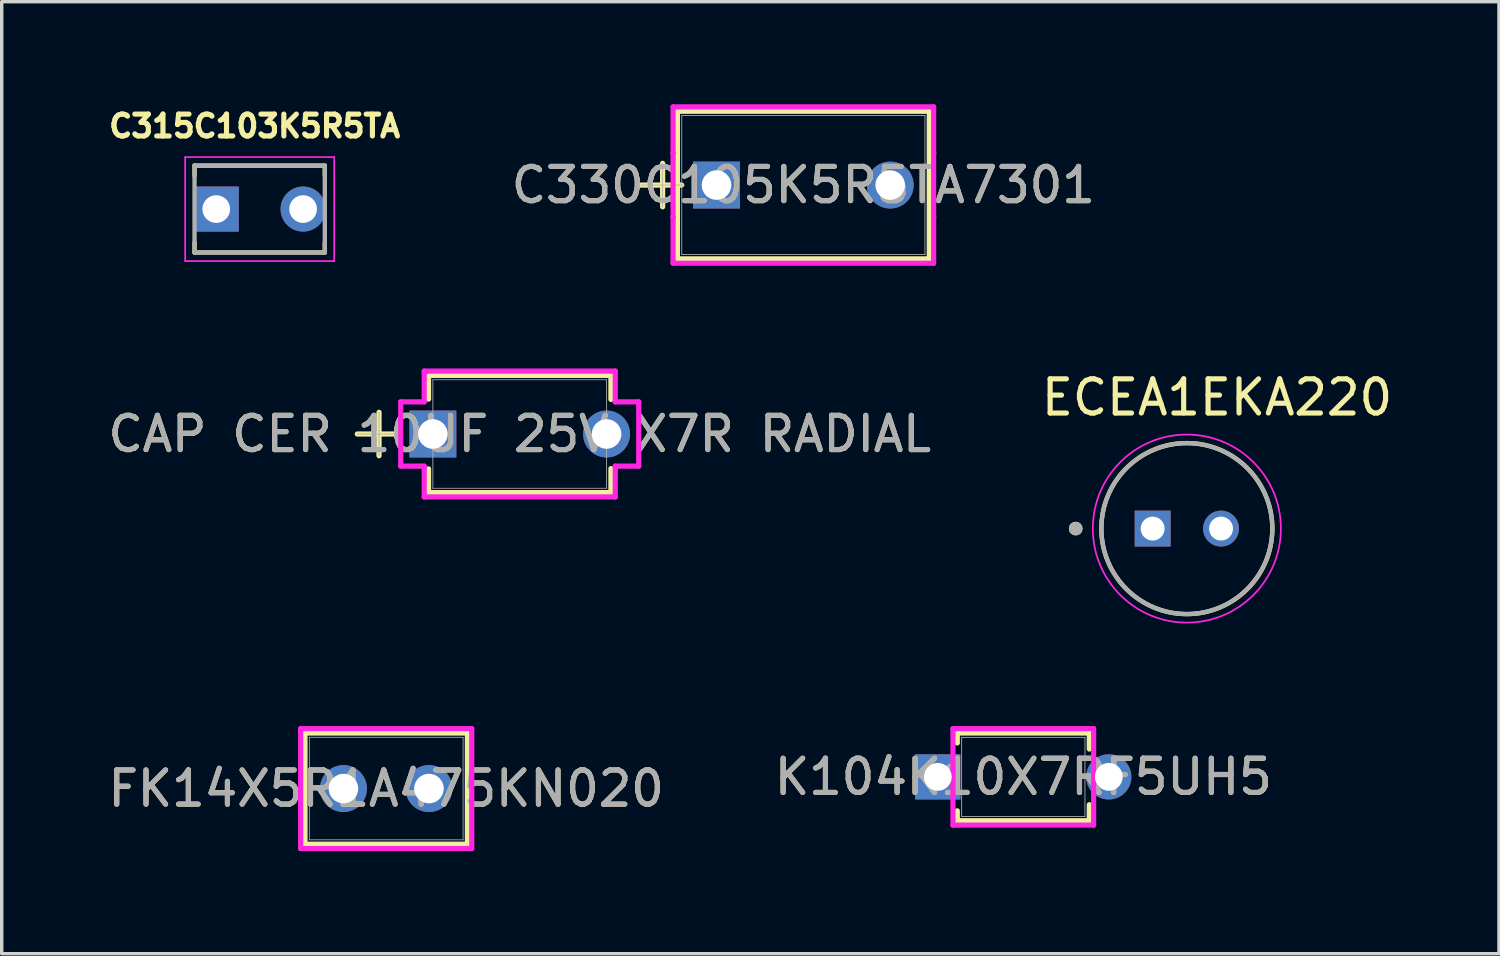
<source format=kicad_pcb>
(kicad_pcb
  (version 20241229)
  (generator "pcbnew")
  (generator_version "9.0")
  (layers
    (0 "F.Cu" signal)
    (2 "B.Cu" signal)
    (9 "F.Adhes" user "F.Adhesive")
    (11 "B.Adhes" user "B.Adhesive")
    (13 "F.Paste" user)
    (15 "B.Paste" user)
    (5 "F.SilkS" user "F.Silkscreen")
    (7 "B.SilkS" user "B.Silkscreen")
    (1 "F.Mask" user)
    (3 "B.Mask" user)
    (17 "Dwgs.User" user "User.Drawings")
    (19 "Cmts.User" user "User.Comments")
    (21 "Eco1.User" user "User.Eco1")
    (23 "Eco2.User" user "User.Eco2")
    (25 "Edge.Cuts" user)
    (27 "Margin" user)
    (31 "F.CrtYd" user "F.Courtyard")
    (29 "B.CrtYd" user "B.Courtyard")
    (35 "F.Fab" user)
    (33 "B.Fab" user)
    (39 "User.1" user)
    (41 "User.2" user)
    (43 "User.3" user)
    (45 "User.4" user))
  (footprint "CAP CER 10UF 25V X7R RADIAL"
    (layer "F.Cu")
    (at 9.609 9.642)
    (property "Reference" "CAP CER 10UF 25V X7R RADIAL" (at 2.54 0 0) (unlocked yes) (layer "F.SilkS") (effects (font (size 1 1) (thickness 0.15))))
    (attr through_hole)
    (fp_line (start -2.21 0) (end -1.019 0) (stroke (width 0.152) (type solid)) (layer "F.SilkS"))
    (fp_line (start -1.575 -0.635) (end -1.575 0.635) (stroke (width 0.152) (type solid)) (layer "F.SilkS"))
    (fp_line (start -0.127 -1.714) (end -0.127 -1.019) (stroke (width 0.152) (type solid)) (layer "F.SilkS"))
    (fp_line (start -0.127 1.019) (end -0.127 1.714) (stroke (width 0.152) (type solid)) (layer "F.SilkS"))
    (fp_line (start -0.127 1.714) (end 5.207 1.714) (stroke (width 0.152) (type solid)) (layer "F.SilkS"))
    (fp_line (start 5.207 -1.714) (end -0.127 -1.714) (stroke (width 0.152) (type solid)) (layer "F.SilkS"))
    (fp_line (start 5.207 -1.011) (end 5.207 -1.714) (stroke (width 0.152) (type solid)) (layer "F.SilkS"))
    (fp_line (start 5.207 1.714) (end 5.207 1.011) (stroke (width 0.152) (type solid)) (layer "F.SilkS"))
    (fp_line (start -0.94 -0.94) (end -0.254 -0.94) (stroke (width 0.152) (type solid)) (layer "F.CrtYd"))
    (fp_line (start -0.94 0.94) (end -0.94 -0.94) (stroke (width 0.152) (type solid)) (layer "F.CrtYd"))
    (fp_line (start -0.254 -1.841) (end 5.334 -1.841) (stroke (width 0.152) (type solid)) (layer "F.CrtYd"))
    (fp_line (start -0.254 -0.94) (end -0.254 -1.841) (stroke (width 0.152) (type solid)) (layer "F.CrtYd"))
    (fp_line (start -0.254 0.94) (end -0.94 0.94) (stroke (width 0.152) (type solid)) (layer "F.CrtYd"))
    (fp_line (start -0.254 1.841) (end -0.254 0.94) (stroke (width 0.152) (type solid)) (layer "F.CrtYd"))
    (fp_line (start 5.334 -1.841) (end 5.334 -0.94) (stroke (width 0.152) (type solid)) (layer "F.CrtYd"))
    (fp_line (start 5.334 -0.94) (end 6.02 -0.94) (stroke (width 0.152) (type solid)) (layer "F.CrtYd"))
    (fp_line (start 5.334 0.94) (end 5.334 1.841) (stroke (width 0.152) (type solid)) (layer "F.CrtYd"))
    (fp_line (start 5.334 1.841) (end -0.254 1.841) (stroke (width 0.152) (type solid)) (layer "F.CrtYd"))
    (fp_line (start 6.02 -0.94) (end 6.02 0.94) (stroke (width 0.152) (type solid)) (layer "F.CrtYd"))
    (fp_line (start 6.02 0.94) (end 5.334 0.94) (stroke (width 0.152) (type solid)) (layer "F.CrtYd"))
    (fp_line (start -2.21 0) (end -0.94 0) (stroke (width 0.025) (type solid)) (layer "F.Fab"))
    (fp_line (start -1.575 -0.635) (end -1.575 0.635) (stroke (width 0.025) (type solid)) (layer "F.Fab"))
    (fp_line (start 0 -1.587) (end 0 1.587) (stroke (width 0.025) (type solid)) (layer "F.Fab"))
    (fp_line (start 0 1.587) (end 5.08 1.587) (stroke (width 0.025) (type solid)) (layer "F.Fab"))
    (fp_line (start 5.08 -1.587) (end 0 -1.587) (stroke (width 0.025) (type solid)) (layer "F.Fab"))
    (fp_line (start 5.08 1.587) (end 5.08 -1.587) (stroke (width 0.025) (type solid)) (layer "F.Fab"))
    (fp_text user "${REFERENCE}" (at 2.54 0 0) (unlocked yes) (layer "F.Fab") (effects (font (size 1 1) (thickness 0.15))))
    (pad "1" thru_hole rect (at 0 0) (size 1.372 1.372) (drill 0.864) (layers "*.Cu" "*.Mask"))
    (pad "2" thru_hole circle (at 5.08 0) (size 1.372 1.372) (drill 0.864) (layers "*.Cu" "*.Mask")))
  (footprint "FK14X5R1A475KN020"
    (layer "F.Cu")
    (at 6.994 20.011)
    (property "Reference" "FK14X5R1A475KN020" (at 1.25 0 0) (unlocked yes) (layer "F.SilkS") (effects (font (size 1 1) (thickness 0.15))))
    (attr through_hole)
    (fp_line (start -1.125 -1.626) (end -1.125 1.626) (stroke (width 0.152) (type solid)) (layer "F.SilkS"))
    (fp_line (start 3.625 -1.626) (end -1.125 -1.626) (stroke (width 0.152) (type solid)) (layer "F.SilkS"))
    (fp_line (start 3.625 -1.626) (end 3.625 1.626) (stroke (width 0.152) (type solid)) (layer "F.SilkS"))
    (fp_line (start 3.625 1.626) (end -1.125 1.626) (stroke (width 0.152) (type solid)) (layer "F.SilkS"))
    (fp_line (start -1.252 -1.753) (end 3.752 -1.753) (stroke (width 0.152) (type solid)) (layer "F.CrtYd"))
    (fp_line (start -1.252 1.753) (end -1.252 -1.753) (stroke (width 0.152) (type solid)) (layer "F.CrtYd"))
    (fp_line (start 3.752 -1.753) (end 3.752 1.753) (stroke (width 0.152) (type solid)) (layer "F.CrtYd"))
    (fp_line (start 3.752 1.753) (end -1.252 1.753) (stroke (width 0.152) (type solid)) (layer "F.CrtYd"))
    (fp_line (start -0.998 -1.499) (end -0.998 1.499) (stroke (width 0.025) (type solid)) (layer "F.Fab"))
    (fp_line (start 3.498 -1.499) (end -0.998 -1.499) (stroke (width 0.025) (type solid)) (layer "F.Fab"))
    (fp_line (start 3.498 -1.499) (end 3.498 1.499) (stroke (width 0.025) (type solid)) (layer "F.Fab"))
    (fp_line (start 3.498 1.499) (end -0.998 1.499) (stroke (width 0.025) (type solid)) (layer "F.Fab"))
    (fp_circle (center -0.49 0) (end -0.49 0) (stroke (width 0.025) (type solid)) (fill no) (layer "F.Fab"))
    (fp_text user "${REFERENCE}" (at 1.25 0 0) (unlocked yes) (layer "F.Fab") (effects (font (size 1 1) (thickness 0.15))))
    (pad "1" thru_hole circle (at 0 0) (size 1.372 1.372) (drill 0.864) (layers "*.Cu" "*.Mask"))
    (pad "2" thru_hole circle (at 2.5 0) (size 1.372 1.372) (drill 0.864) (layers "*.Cu" "*.Mask")))
  (footprint "C315C103K5R5TA"
    (layer "F.Cu")
    (at 4.544 3.064)
    (property "Reference" "C315C103K5R5TA" (at -0.147 -2.426 0) (layer "F.SilkS") (effects (font (size 0.64 0.64) (thickness 0.15))))
    (attr through_hole)
    (fp_line (start -1.905 -1.27) (end -1.905 -0.979) (stroke (width 0.127) (type solid)) (layer "F.SilkS"))
    (fp_line (start -1.905 1.27) (end -1.905 0.979) (stroke (width 0.127) (type solid)) (layer "F.SilkS"))
    (fp_line (start -1.905 1.27) (end 1.905 1.27) (stroke (width 0.127) (type solid)) (layer "F.SilkS"))
    (fp_line (start 1.905 -1.27) (end -1.905 -1.27) (stroke (width 0.127) (type solid)) (layer "F.SilkS"))
    (fp_line (start 1.905 -0.979) (end 1.905 -1.27) (stroke (width 0.127) (type solid)) (layer "F.SilkS"))
    (fp_line (start 1.905 1.27) (end 1.905 0.979) (stroke (width 0.127) (type solid)) (layer "F.SilkS"))
    (fp_line (start -2.179 -1.52) (end -2.179 1.52) (stroke (width 0.05) (type solid)) (layer "F.CrtYd"))
    (fp_line (start -2.179 1.52) (end 2.179 1.52) (stroke (width 0.05) (type solid)) (layer "F.CrtYd"))
    (fp_line (start 2.179 -1.52) (end -2.179 -1.52) (stroke (width 0.05) (type solid)) (layer "F.CrtYd"))
    (fp_line (start 2.179 1.52) (end 2.179 -1.52) (stroke (width 0.05) (type solid)) (layer "F.CrtYd"))
    (fp_line (start -1.905 -1.27) (end -1.905 1.27) (stroke (width 0.127) (type solid)) (layer "F.Fab"))
    (fp_line (start -1.905 1.27) (end 1.905 1.27) (stroke (width 0.127) (type solid)) (layer "F.Fab"))
    (fp_line (start 1.905 -1.27) (end -1.905 -1.27) (stroke (width 0.127) (type solid)) (layer "F.Fab"))
    (fp_line (start 1.905 1.27) (end 1.905 -1.27) (stroke (width 0.127) (type solid)) (layer "F.Fab"))
    (pad "1" thru_hole rect (at -1.27 0) (size 1.318 1.318) (drill 0.81) (layers "*.Cu" "*.Mask"))
    (pad "2" thru_hole circle (at 1.27 0) (size 1.318 1.318) (drill 0.81) (layers "*.Cu" "*.Mask")))
  (footprint "K104K10X7RF5UH5"
    (layer "F.Cu")
    (at 24.375 19.669)
    (property "Reference" "K104K10X7RF5UH5" (at 2.5 0 0) (unlocked yes) (layer "F.SilkS") (effects (font (size 1 1) (thickness 0.15))))
    (attr through_hole)
    (fp_line (start 0.57 -1.283) (end 0.57 -0.993) (stroke (width 0.152) (type solid)) (layer "F.SilkS"))
    (fp_line (start 0.57 0.993) (end 0.57 1.283) (stroke (width 0.152) (type solid)) (layer "F.SilkS"))
    (fp_line (start 4.43 -1.283) (end 0.57 -1.283) (stroke (width 0.152) (type solid)) (layer "F.SilkS"))
    (fp_line (start 4.43 -1.283) (end 4.43 -0.814) (stroke (width 0.152) (type solid)) (layer "F.SilkS"))
    (fp_line (start 4.43 0.814) (end 4.43 1.283) (stroke (width 0.152) (type solid)) (layer "F.SilkS"))
    (fp_line (start 4.43 1.283) (end 0.57 1.283) (stroke (width 0.152) (type solid)) (layer "F.SilkS"))
    (fp_line (start 0.443 -1.41) (end 4.557 -1.41) (stroke (width 0.152) (type solid)) (layer "F.CrtYd"))
    (fp_line (start 0.443 1.41) (end 0.443 -1.41) (stroke (width 0.152) (type solid)) (layer "F.CrtYd"))
    (fp_line (start 4.557 -1.41) (end 4.557 1.41) (stroke (width 0.152) (type solid)) (layer "F.CrtYd"))
    (fp_line (start 4.557 1.41) (end 0.443 1.41) (stroke (width 0.152) (type solid)) (layer "F.CrtYd"))
    (fp_line (start 0.697 -1.156) (end 0.697 1.156) (stroke (width 0.025) (type solid)) (layer "F.Fab"))
    (fp_line (start 4.303 -1.156) (end 0.697 -1.156) (stroke (width 0.025) (type solid)) (layer "F.Fab"))
    (fp_line (start 4.303 -1.156) (end 4.303 1.156) (stroke (width 0.025) (type solid)) (layer "F.Fab"))
    (fp_line (start 4.303 1.156) (end 0.697 1.156) (stroke (width 0.025) (type solid)) (layer "F.Fab"))
    (fp_circle (center 1.205 0) (end 1.205 0) (stroke (width 0.025) (type solid)) (fill no) (layer "F.Fab"))
    (fp_text user "${REFERENCE}" (at 2.5 0 0) (unlocked yes) (layer "F.Fab") (effects (font (size 1 1) (thickness 0.15))))
    (pad "1" thru_hole rect (at 0 0) (size 1.321 1.321) (drill 0.813) (layers "*.Cu" "*.Mask"))
    (pad "2" thru_hole circle (at 5 0) (size 1.321 1.321) (drill 0.813) (layers "*.Cu" "*.Mask")))
  (footprint "C330C105K5R5TA7301"
    (layer "F.Cu")
    (at 17.903 2.362)
    (property "Reference" "C330C105K5R5TA7301" (at 2.54 0 0) (unlocked yes) (layer "F.SilkS") (effects (font (size 1 1) (thickness 0.15))))
    (attr through_hole)
    (fp_line (start -2.21 0) (end -1.019 0) (stroke (width 0.152) (type solid)) (layer "F.SilkS"))
    (fp_line (start -1.575 -0.635) (end -1.575 0.635) (stroke (width 0.152) (type solid)) (layer "F.SilkS"))
    (fp_line (start -1.143 -2.159) (end -1.143 2.159) (stroke (width 0.152) (type solid)) (layer "F.SilkS"))
    (fp_line (start -1.143 2.159) (end 6.223 2.159) (stroke (width 0.152) (type solid)) (layer "F.SilkS"))
    (fp_line (start 6.223 -2.159) (end -1.143 -2.159) (stroke (width 0.152) (type solid)) (layer "F.SilkS"))
    (fp_line (start 6.223 2.159) (end 6.223 -2.159) (stroke (width 0.152) (type solid)) (layer "F.SilkS"))
    (fp_line (start -1.27 -2.286) (end 6.35 -2.286) (stroke (width 0.152) (type solid)) (layer "F.CrtYd"))
    (fp_line (start -1.27 -0.94) (end -1.27 -2.286) (stroke (width 0.152) (type solid)) (layer "F.CrtYd"))
    (fp_line (start -1.27 -0.94) (end -1.27 -0.94) (stroke (width 0.152) (type solid)) (layer "F.CrtYd"))
    (fp_line (start -1.27 0.94) (end -1.27 -0.94) (stroke (width 0.152) (type solid)) (layer "F.CrtYd"))
    (fp_line (start -1.27 0.94) (end -1.27 0.94) (stroke (width 0.152) (type solid)) (layer "F.CrtYd"))
    (fp_line (start -1.27 2.286) (end -1.27 0.94) (stroke (width 0.152) (type solid)) (layer "F.CrtYd"))
    (fp_line (start 6.35 -2.286) (end 6.35 -0.94) (stroke (width 0.152) (type solid)) (layer "F.CrtYd"))
    (fp_line (start 6.35 -0.94) (end 6.35 -0.94) (stroke (width 0.152) (type solid)) (layer "F.CrtYd"))
    (fp_line (start 6.35 -0.94) (end 6.35 0.94) (stroke (width 0.152) (type solid)) (layer "F.CrtYd"))
    (fp_line (start 6.35 0.94) (end 6.35 0.94) (stroke (width 0.152) (type solid)) (layer "F.CrtYd"))
    (fp_line (start 6.35 0.94) (end 6.35 2.286) (stroke (width 0.152) (type solid)) (layer "F.CrtYd"))
    (fp_line (start 6.35 2.286) (end -1.27 2.286) (stroke (width 0.152) (type solid)) (layer "F.CrtYd"))
    (fp_line (start -2.21 0) (end -0.94 0) (stroke (width 0.025) (type solid)) (layer "F.Fab"))
    (fp_line (start -1.575 -0.635) (end -1.575 0.635) (stroke (width 0.025) (type solid)) (layer "F.Fab"))
    (fp_line (start -1.016 -2.032) (end -1.016 2.032) (stroke (width 0.025) (type solid)) (layer "F.Fab"))
    (fp_line (start -1.016 2.032) (end 6.096 2.032) (stroke (width 0.025) (type solid)) (layer "F.Fab"))
    (fp_line (start 6.096 -2.032) (end -1.016 -2.032) (stroke (width 0.025) (type solid)) (layer "F.Fab"))
    (fp_line (start 6.096 2.032) (end 6.096 -2.032) (stroke (width 0.025) (type solid)) (layer "F.Fab"))
    (fp_text user "${REFERENCE}" (at 2.54 0 0) (unlocked yes) (layer "F.Fab") (effects (font (size 1 1) (thickness 0.15))))
    (pad "1" thru_hole rect (at 0 0) (size 1.372 1.372) (drill 0.864) (layers "*.Cu" "*.Mask"))
    (pad "2" thru_hole circle (at 5.08 0) (size 1.372 1.372) (drill 0.864) (layers "*.Cu" "*.Mask")))
  (footprint "ECEA1EKA220"
    (layer "F.Cu")
    (at 31.658 12.408)
    (property "Reference" "ECEA1EKA220" (at 0.883 -3.835 0) (layer "F.SilkS") (effects (font (size 1 1) (thickness 0.15))))
    (attr through_hole)
    (fp_circle (center -3.25 0) (end -3.15 0) (stroke (width 0.2) (type solid)) (fill no) (layer "F.SilkS"))
    (fp_circle (center 0 0) (end 2.5 0) (stroke (width 0.127) (type solid)) (fill no) (layer "F.SilkS"))
    (fp_circle (center 0 0) (end 2.75 0) (stroke (width 0.05) (type solid)) (fill no) (layer "F.CrtYd"))
    (fp_circle (center -3.25 0) (end -3.15 0) (stroke (width 0.2) (type solid)) (fill no) (layer "F.Fab"))
    (fp_circle (center 0 0) (end 2.5 0) (stroke (width 0.127) (type solid)) (fill no) (layer "F.Fab"))
    (pad "N" thru_hole circle (at 1 0) (size 1.05 1.05) (drill 0.7) (layers "*.Cu" "*.Mask"))
    (pad "P" thru_hole rect (at -1 0) (size 1.05 1.05) (drill 0.7) (layers "*.Cu" "*.Mask")))
  (gr_rect
    (start -3 -3)
    (end 40.786 24.84)
    (stroke (width 0.1) (type default))
    (fill no)
    (layer "Edge.Cuts")))
</source>
